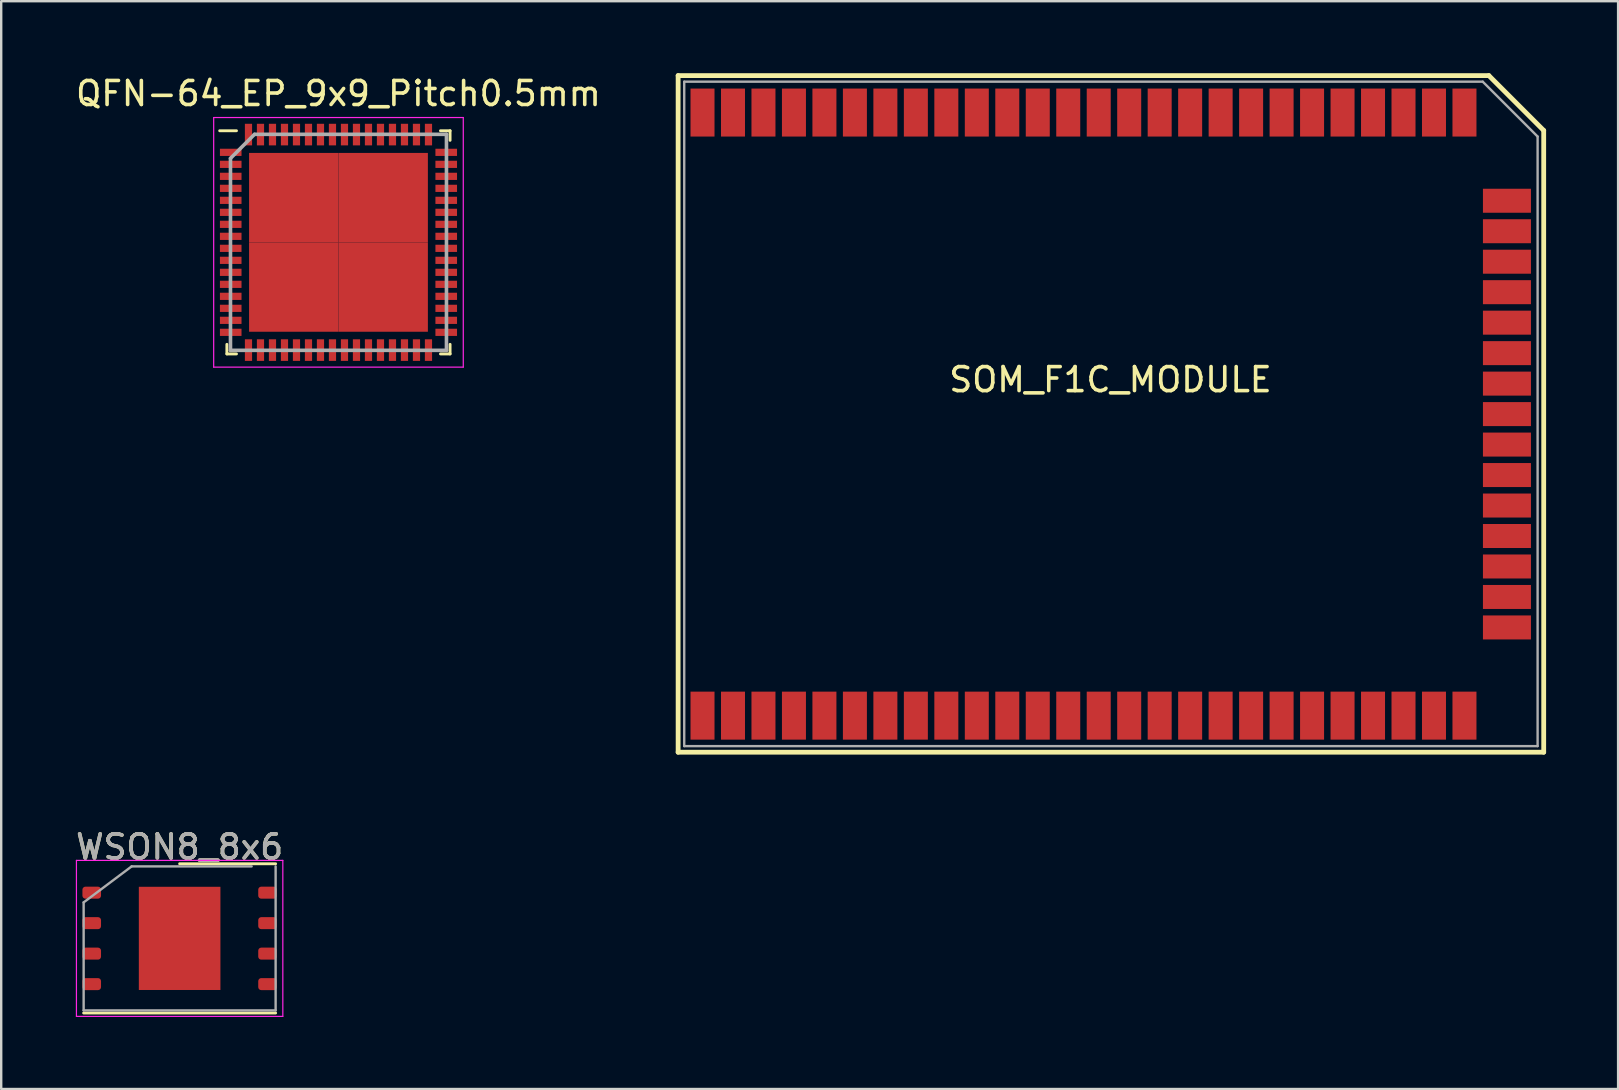
<source format=kicad_pcb>
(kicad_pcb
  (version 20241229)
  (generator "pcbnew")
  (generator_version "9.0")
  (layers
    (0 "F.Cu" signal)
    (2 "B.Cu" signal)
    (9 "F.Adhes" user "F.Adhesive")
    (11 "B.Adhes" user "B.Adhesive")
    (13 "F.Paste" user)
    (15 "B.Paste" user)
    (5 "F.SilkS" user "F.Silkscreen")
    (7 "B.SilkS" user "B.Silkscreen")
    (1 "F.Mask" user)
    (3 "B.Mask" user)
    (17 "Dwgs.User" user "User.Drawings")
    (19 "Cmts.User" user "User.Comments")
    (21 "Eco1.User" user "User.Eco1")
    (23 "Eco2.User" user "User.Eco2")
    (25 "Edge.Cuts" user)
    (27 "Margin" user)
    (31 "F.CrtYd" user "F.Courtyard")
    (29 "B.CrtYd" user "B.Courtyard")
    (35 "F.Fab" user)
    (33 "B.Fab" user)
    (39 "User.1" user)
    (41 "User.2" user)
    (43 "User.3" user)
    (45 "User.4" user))
  (footprint "SOM_F1C_MODULE"
    (layer "F.Cu")
    (at 43.241 13.816)
    (property "Reference" "SOM_F1C_MODULE" (at -0.018 -1.046 0) (layer "F.SilkS") (effects (font (size 1 1) (thickness 0.15))))
    (attr through_hole)
    (fp_line (start -18.034 -13.716) (end -18.034 14.478) (stroke (width 0.2) (type solid)) (layer "F.SilkS"))
    (fp_line (start -18.034 14.478) (end 18.034 14.478) (stroke (width 0.2) (type solid)) (layer "F.SilkS"))
    (fp_line (start 15.748 -13.716) (end -18.034 -13.716) (stroke (width 0.2) (type solid)) (layer "F.SilkS"))
    (fp_line (start 18.034 -11.43) (end 15.748 -13.716) (stroke (width 0.2) (type solid)) (layer "F.SilkS"))
    (fp_line (start 18.034 14.478) (end 18.034 -11.43) (stroke (width 0.2) (type solid)) (layer "F.SilkS"))
    (fp_line (start -17.78 -13.462) (end -17.78 14.224) (stroke (width 0.1) (type solid)) (layer "F.Fab"))
    (fp_line (start -17.78 14.224) (end 17.78 14.224) (stroke (width 0.1) (type solid)) (layer "F.Fab"))
    (fp_line (start 15.494 -13.462) (end -17.78 -13.462) (stroke (width 0.1) (type solid)) (layer "F.Fab"))
    (fp_line (start 17.78 -11.176) (end 15.494 -13.462) (stroke (width 0.1) (type solid)) (layer "F.Fab"))
    (fp_line (start 17.78 -11.176) (end 17.78 14.224) (stroke (width 0.1) (type solid)) (layer "F.Fab"))
    (pad "1" smd rect (at -17.018 12.954) (size 1 2) (layers "F.Cu" "F.Mask" "F.Paste"))
    (pad "2" smd rect (at -15.748 12.954) (size 1 2) (layers "F.Cu" "F.Mask" "F.Paste"))
    (pad "3" smd rect (at -14.478 12.954) (size 1 2) (layers "F.Cu" "F.Mask" "F.Paste"))
    (pad "4" smd rect (at -13.208 12.954) (size 1 2) (layers "F.Cu" "F.Mask" "F.Paste"))
    (pad "5" smd rect (at -11.938 12.954) (size 1 2) (layers "F.Cu" "F.Mask" "F.Paste"))
    (pad "6" smd rect (at -10.668 12.954) (size 1 2) (layers "F.Cu" "F.Mask" "F.Paste"))
    (pad "7" smd rect (at -9.398 12.954) (size 1 2) (layers "F.Cu" "F.Mask" "F.Paste"))
    (pad "8" smd rect (at -8.128 12.954) (size 1 2) (layers "F.Cu" "F.Mask" "F.Paste"))
    (pad "9" smd rect (at -6.858 12.954) (size 1 2) (layers "F.Cu" "F.Mask" "F.Paste"))
    (pad "10" smd rect (at -5.588 12.954) (size 1 2) (layers "F.Cu" "F.Mask" "F.Paste"))
    (pad "11" smd rect (at -4.318 12.954) (size 1 2) (layers "F.Cu" "F.Mask" "F.Paste"))
    (pad "12" smd rect (at -3.048 12.954) (size 1 2) (layers "F.Cu" "F.Mask" "F.Paste"))
    (pad "13" smd rect (at -1.778 12.954) (size 1 2) (layers "F.Cu" "F.Mask" "F.Paste"))
    (pad "14" smd rect (at -0.508 12.954) (size 1 2) (layers "F.Cu" "F.Mask" "F.Paste"))
    (pad "15" smd rect (at 0.762 12.954) (size 1 2) (layers "F.Cu" "F.Mask" "F.Paste"))
    (pad "16" smd rect (at 2.032 12.954) (size 1 2) (layers "F.Cu" "F.Mask" "F.Paste"))
    (pad "17" smd rect (at 3.302 12.954) (size 1 2) (layers "F.Cu" "F.Mask" "F.Paste"))
    (pad "18" smd rect (at 4.572 12.954) (size 1 2) (layers "F.Cu" "F.Mask" "F.Paste"))
    (pad "19" smd rect (at 5.842 12.954) (size 1 2) (layers "F.Cu" "F.Mask" "F.Paste"))
    (pad "20" smd rect (at 7.112 12.954) (size 1 2) (layers "F.Cu" "F.Mask" "F.Paste"))
    (pad "21" smd rect (at 8.382 12.954) (size 1 2) (layers "F.Cu" "F.Mask" "F.Paste"))
    (pad "22" smd rect (at 9.652 12.954) (size 1 2) (layers "F.Cu" "F.Mask" "F.Paste"))
    (pad "23" smd rect (at 10.922 12.954) (size 1 2) (layers "F.Cu" "F.Mask" "F.Paste"))
    (pad "24" smd rect (at 12.192 12.954) (size 1 2) (layers "F.Cu" "F.Mask" "F.Paste"))
    (pad "25" smd rect (at 13.462 12.954) (size 1 2) (layers "F.Cu" "F.Mask" "F.Paste"))
    (pad "26" smd rect (at 14.732 12.954) (size 1 2) (layers "F.Cu" "F.Mask" "F.Paste"))
    (pad "27" smd rect (at 16.502 9.279 90) (size 1 2) (layers "F.Cu" "F.Mask" "F.Paste"))
    (pad "28" smd rect (at 16.502 8.009 90) (size 1 2) (layers "F.Cu" "F.Mask" "F.Paste"))
    (pad "29" smd rect (at 16.502 6.739 90) (size 1 2) (layers "F.Cu" "F.Mask" "F.Paste"))
    (pad "30" smd rect (at 16.502 5.469 90) (size 1 2) (layers "F.Cu" "F.Mask" "F.Paste"))
    (pad "31" smd rect (at 16.502 4.199 90) (size 1 2) (layers "F.Cu" "F.Mask" "F.Paste"))
    (pad "32" smd rect (at 16.502 2.929 90) (size 1 2) (layers "F.Cu" "F.Mask" "F.Paste"))
    (pad "33" smd rect (at 16.502 1.659 90) (size 1 2) (layers "F.Cu" "F.Mask" "F.Paste"))
    (pad "34" smd rect (at 16.502 0.389 90) (size 1 2) (layers "F.Cu" "F.Mask" "F.Paste"))
    (pad "35" smd rect (at 16.502 -0.881 90) (size 1 2) (layers "F.Cu" "F.Mask" "F.Paste"))
    (pad "36" smd rect (at 16.502 -2.151 90) (size 1 2) (layers "F.Cu" "F.Mask" "F.Paste"))
    (pad "37" smd rect (at 16.502 -3.421 90) (size 1 2) (layers "F.Cu" "F.Mask" "F.Paste"))
    (pad "38" smd rect (at 16.502 -4.691 90) (size 1 2) (layers "F.Cu" "F.Mask" "F.Paste"))
    (pad "39" smd rect (at 16.502 -5.961 90) (size 1 2) (layers "F.Cu" "F.Mask" "F.Paste"))
    (pad "40" smd rect (at 16.502 -7.231 90) (size 1 2) (layers "F.Cu" "F.Mask" "F.Paste"))
    (pad "41" smd rect (at 16.502 -8.501 90) (size 1 2) (layers "F.Cu" "F.Mask" "F.Paste"))
    (pad "42" smd rect (at 14.732 -12.176) (size 1 2) (layers "F.Cu" "F.Mask" "F.Paste"))
    (pad "43" smd rect (at 13.462 -12.176) (size 1 2) (layers "F.Cu" "F.Mask" "F.Paste"))
    (pad "44" smd rect (at 12.192 -12.176) (size 1 2) (layers "F.Cu" "F.Mask" "F.Paste"))
    (pad "45" smd rect (at 10.922 -12.176) (size 1 2) (layers "F.Cu" "F.Mask" "F.Paste"))
    (pad "46" smd rect (at 9.652 -12.176) (size 1 2) (layers "F.Cu" "F.Mask" "F.Paste"))
    (pad "47" smd rect (at 8.382 -12.176) (size 1 2) (layers "F.Cu" "F.Mask" "F.Paste"))
    (pad "48" smd rect (at 7.112 -12.176) (size 1 2) (layers "F.Cu" "F.Mask" "F.Paste"))
    (pad "49" smd rect (at 5.842 -12.176) (size 1 2) (layers "F.Cu" "F.Mask" "F.Paste"))
    (pad "50" smd rect (at 4.572 -12.176) (size 1 2) (layers "F.Cu" "F.Mask" "F.Paste"))
    (pad "51" smd rect (at 3.302 -12.176) (size 1 2) (layers "F.Cu" "F.Mask" "F.Paste"))
    (pad "52" smd rect (at 2.032 -12.176) (size 1 2) (layers "F.Cu" "F.Mask" "F.Paste"))
    (pad "53" smd rect (at 0.762 -12.176) (size 1 2) (layers "F.Cu" "F.Mask" "F.Paste"))
    (pad "54" smd rect (at -0.508 -12.176) (size 1 2) (layers "F.Cu" "F.Mask" "F.Paste"))
    (pad "55" smd rect (at -1.778 -12.176) (size 1 2) (layers "F.Cu" "F.Mask" "F.Paste"))
    (pad "56" smd rect (at -3.048 -12.176) (size 1 2) (layers "F.Cu" "F.Mask" "F.Paste"))
    (pad "57" smd rect (at -4.318 -12.176) (size 1 2) (layers "F.Cu" "F.Mask" "F.Paste"))
    (pad "58" smd rect (at -5.588 -12.176) (size 1 2) (layers "F.Cu" "F.Mask" "F.Paste"))
    (pad "59" smd rect (at -6.858 -12.176) (size 1 2) (layers "F.Cu" "F.Mask" "F.Paste"))
    (pad "60" smd rect (at -8.128 -12.176) (size 1 2) (layers "F.Cu" "F.Mask" "F.Paste"))
    (pad "61" smd rect (at -9.398 -12.176) (size 1 2) (layers "F.Cu" "F.Mask" "F.Paste"))
    (pad "62" smd rect (at -10.668 -12.176) (size 1 2) (layers "F.Cu" "F.Mask" "F.Paste"))
    (pad "63" smd rect (at -11.938 -12.176) (size 1 2) (layers "F.Cu" "F.Mask" "F.Paste"))
    (pad "64" smd rect (at -13.208 -12.176) (size 1 2) (layers "F.Cu" "F.Mask" "F.Paste"))
    (pad "65" smd rect (at -14.478 -12.176) (size 1 2) (layers "F.Cu" "F.Mask" "F.Paste"))
    (pad "66" smd rect (at -15.748 -12.176) (size 1 2) (layers "F.Cu" "F.Mask" "F.Paste"))
    (pad "67" smd rect (at -17.018 -12.176) (size 1 2) (layers "F.Cu" "F.Mask" "F.Paste")))
  (footprint "WSON8_8x6"
    (layer "F.Cu")
    (at 4.435 36.052)
    (property "Reference" "WSON8_8x6" (at 0 -3.81 0) (layer "F.SilkS") (effects (font (size 1 1) (thickness 0.15))))
    (attr through_hole)
    (fp_line (start -4 3.11) (end 4 3.11) (stroke (width 0.12) (type solid)) (layer "F.SilkS"))
    (fp_line (start 0 -3.11) (end 4 -3.11) (stroke (width 0.12) (type solid)) (layer "F.SilkS"))
    (fp_line (start -4.3 -3.25) (end -4.3 3.25) (stroke (width 0.05) (type solid)) (layer "F.CrtYd"))
    (fp_line (start -4.3 3.25) (end 4.3 3.25) (stroke (width 0.05) (type solid)) (layer "F.CrtYd"))
    (fp_line (start 4.3 -3.25) (end -4.3 -3.25) (stroke (width 0.05) (type solid)) (layer "F.CrtYd"))
    (fp_line (start 4.3 3.25) (end 4.3 -3.25) (stroke (width 0.05) (type solid)) (layer "F.CrtYd"))
    (fp_line (start -4 -1.5) (end -2 -3) (stroke (width 0.1) (type solid)) (layer "F.Fab"))
    (fp_line (start -4 3) (end -4 -1.5) (stroke (width 0.1) (type solid)) (layer "F.Fab"))
    (fp_line (start -2 -3) (end 3 -3) (stroke (width 0.1) (type solid)) (layer "F.Fab"))
    (fp_line (start 4 -3) (end 4 3) (stroke (width 0.1) (type solid)) (layer "F.Fab"))
    (fp_line (start 4 3) (end -4 3) (stroke (width 0.1) (type solid)) (layer "F.Fab"))
    (fp_text user "${REFERENCE}" (at 0 -3.81 0) (layer "F.Fab") (effects (font (size 1 1) (thickness 0.15))))
    (pad "" smd roundrect (at -0.85 -1) (size 1.37 1.61) (layers "F.Paste") (roundrect_rratio 0.182))
    (pad "" smd roundrect (at -0.85 1) (size 1.37 1.61) (layers "F.Paste") (roundrect_rratio 0.182))
    (pad "" smd roundrect (at 0.85 -1) (size 1.37 1.61) (layers "F.Paste") (roundrect_rratio 0.182))
    (pad "" smd roundrect (at 0.85 1) (size 1.37 1.61) (layers "F.Paste") (roundrect_rratio 0.182))
    (pad "1" smd roundrect (at -3.663 -1.905) (size 0.775 0.5) (layers "F.Cu" "F.Mask" "F.Paste") (roundrect_rratio 0.25))
    (pad "2" smd roundrect (at -3.663 -0.635) (size 0.775 0.5) (layers "F.Cu" "F.Mask" "F.Paste") (roundrect_rratio 0.25))
    (pad "3" smd roundrect (at -3.663 0.635) (size 0.775 0.5) (layers "F.Cu" "F.Mask" "F.Paste") (roundrect_rratio 0.25))
    (pad "4" smd roundrect (at -3.663 1.905) (size 0.775 0.5) (layers "F.Cu" "F.Mask" "F.Paste") (roundrect_rratio 0.25))
    (pad "5" smd roundrect (at 3.663 1.905) (size 0.775 0.5) (layers "F.Cu" "F.Mask" "F.Paste") (roundrect_rratio 0.25))
    (pad "6" smd roundrect (at 3.663 0.635) (size 0.775 0.5) (layers "F.Cu" "F.Mask" "F.Paste") (roundrect_rratio 0.25))
    (pad "7" smd roundrect (at 3.663 -0.635) (size 0.775 0.5) (layers "F.Cu" "F.Mask" "F.Paste") (roundrect_rratio 0.25))
    (pad "8" smd roundrect (at 3.663 -1.905) (size 0.775 0.5) (layers "F.Cu" "F.Mask" "F.Paste") (roundrect_rratio 0.25))
    (pad "9" smd rect (at 0 0) (size 3.4 4.3) (layers "F.Cu" "F.Mask")))
  (footprint "QFN-64_EP_9x9_Pitch0.5mm"
    (layer "F.Cu")
    (at 11.054 7.048)
    (property "Reference" "QFN-64_EP_9x9_Pitch0.5mm" (at 0 -6.2 0) (layer "F.SilkS") (effects (font (size 1 1) (thickness 0.15))))
    (attr smd)
    (fp_line (start -4.65 4.65) (end -4.65 4.25) (stroke (width 0.12) (type solid)) (layer "F.SilkS"))
    (fp_line (start -4.25 -4.65) (end -4.95 -4.65) (stroke (width 0.12) (type solid)) (layer "F.SilkS"))
    (fp_line (start -4.25 4.65) (end -4.65 4.65) (stroke (width 0.12) (type solid)) (layer "F.SilkS"))
    (fp_line (start 4.25 -4.65) (end 4.65 -4.65) (stroke (width 0.12) (type solid)) (layer "F.SilkS"))
    (fp_line (start 4.25 4.65) (end 4.65 4.65) (stroke (width 0.12) (type solid)) (layer "F.SilkS"))
    (fp_line (start 4.65 -4.65) (end 4.65 -4.25) (stroke (width 0.12) (type solid)) (layer "F.SilkS"))
    (fp_line (start 4.65 4.65) (end 4.65 4.25) (stroke (width 0.12) (type solid)) (layer "F.SilkS"))
    (fp_line (start -5.2 -5.2) (end 5.2 -5.2) (stroke (width 0.05) (type solid)) (layer "F.CrtYd"))
    (fp_line (start -5.2 5.2) (end -5.2 -5.2) (stroke (width 0.05) (type solid)) (layer "F.CrtYd"))
    (fp_line (start 5.2 -5.2) (end 5.2 5.2) (stroke (width 0.05) (type solid)) (layer "F.CrtYd"))
    (fp_line (start 5.2 5.2) (end -5.2 5.2) (stroke (width 0.05) (type solid)) (layer "F.CrtYd"))
    (fp_line (start -4.5 -3.5) (end -4.5 4.5) (stroke (width 0.15) (type solid)) (layer "F.Fab"))
    (fp_line (start -4.5 4.5) (end 4.5 4.5) (stroke (width 0.15) (type solid)) (layer "F.Fab"))
    (fp_line (start -3.5 -4.5) (end -4.5 -3.5) (stroke (width 0.15) (type solid)) (layer "F.Fab"))
    (fp_line (start 4.5 -4.5) (end -3.5 -4.5) (stroke (width 0.15) (type solid)) (layer "F.Fab"))
    (fp_line (start 4.5 4.5) (end 4.5 -4.5) (stroke (width 0.15) (type solid)) (layer "F.Fab"))
    (pad "1" smd rect (at -4.49 -3.75 90) (size 0.3 0.9) (layers "F.Cu" "F.Mask" "F.Paste"))
    (pad "2" smd rect (at -4.49 -3.25 90) (size 0.3 0.9) (layers "F.Cu" "F.Mask" "F.Paste"))
    (pad "3" smd rect (at -4.49 -2.75 90) (size 0.3 0.9) (layers "F.Cu" "F.Mask" "F.Paste"))
    (pad "4" smd rect (at -4.49 -2.25 90) (size 0.3 0.9) (layers "F.Cu" "F.Mask" "F.Paste"))
    (pad "5" smd rect (at -4.49 -1.75 90) (size 0.3 0.9) (layers "F.Cu" "F.Mask" "F.Paste"))
    (pad "6" smd rect (at -4.49 -1.25 90) (size 0.3 0.9) (layers "F.Cu" "F.Mask" "F.Paste"))
    (pad "7" smd rect (at -4.49 -0.75 90) (size 0.3 0.9) (layers "F.Cu" "F.Mask" "F.Paste"))
    (pad "8" smd rect (at -4.49 -0.25 90) (size 0.3 0.9) (layers "F.Cu" "F.Mask" "F.Paste"))
    (pad "9" smd rect (at -4.49 0.25 90) (size 0.3 0.9) (layers "F.Cu" "F.Mask" "F.Paste"))
    (pad "10" smd rect (at -4.49 0.75 90) (size 0.3 0.9) (layers "F.Cu" "F.Mask" "F.Paste"))
    (pad "11" smd rect (at -4.49 1.25 90) (size 0.3 0.9) (layers "F.Cu" "F.Mask" "F.Paste"))
    (pad "12" smd rect (at -4.49 1.75 90) (size 0.3 0.9) (layers "F.Cu" "F.Mask" "F.Paste"))
    (pad "13" smd rect (at -4.49 2.25 90) (size 0.3 0.9) (layers "F.Cu" "F.Mask" "F.Paste"))
    (pad "14" smd rect (at -4.49 2.75 90) (size 0.3 0.9) (layers "F.Cu" "F.Mask" "F.Paste"))
    (pad "15" smd rect (at -4.49 3.25 90) (size 0.3 0.9) (layers "F.Cu" "F.Mask" "F.Paste"))
    (pad "16" smd rect (at -4.49 3.75 90) (size 0.3 0.9) (layers "F.Cu" "F.Mask" "F.Paste"))
    (pad "17" smd rect (at -3.75 4.49) (size 0.3 0.9) (layers "F.Cu" "F.Mask" "F.Paste"))
    (pad "18" smd rect (at -3.25 4.49) (size 0.3 0.9) (layers "F.Cu" "F.Mask" "F.Paste"))
    (pad "19" smd rect (at -2.75 4.49) (size 0.3 0.9) (layers "F.Cu" "F.Mask" "F.Paste"))
    (pad "20" smd rect (at -2.25 4.49) (size 0.3 0.9) (layers "F.Cu" "F.Mask" "F.Paste"))
    (pad "21" smd rect (at -1.75 4.49) (size 0.3 0.9) (layers "F.Cu" "F.Mask" "F.Paste"))
    (pad "22" smd rect (at -1.25 4.49) (size 0.3 0.9) (layers "F.Cu" "F.Mask" "F.Paste"))
    (pad "23" smd rect (at -0.75 4.49) (size 0.3 0.9) (layers "F.Cu" "F.Mask" "F.Paste"))
    (pad "24" smd rect (at -0.25 4.49) (size 0.3 0.9) (layers "F.Cu" "F.Mask" "F.Paste"))
    (pad "25" smd rect (at 0.25 4.49) (size 0.3 0.9) (layers "F.Cu" "F.Mask" "F.Paste"))
    (pad "26" smd rect (at 0.75 4.49) (size 0.3 0.9) (layers "F.Cu" "F.Mask" "F.Paste"))
    (pad "27" smd rect (at 1.25 4.49) (size 0.3 0.9) (layers "F.Cu" "F.Mask" "F.Paste"))
    (pad "28" smd rect (at 1.75 4.49) (size 0.3 0.9) (layers "F.Cu" "F.Mask" "F.Paste"))
    (pad "29" smd rect (at 2.25 4.49) (size 0.3 0.9) (layers "F.Cu" "F.Mask" "F.Paste"))
    (pad "30" smd rect (at 2.75 4.49) (size 0.3 0.9) (layers "F.Cu" "F.Mask" "F.Paste"))
    (pad "31" smd rect (at 3.25 4.49) (size 0.3 0.9) (layers "F.Cu" "F.Mask" "F.Paste"))
    (pad "32" smd rect (at 3.75 4.49) (size 0.3 0.9) (layers "F.Cu" "F.Mask" "F.Paste"))
    (pad "33" smd rect (at 4.49 3.75 90) (size 0.3 0.9) (layers "F.Cu" "F.Mask" "F.Paste"))
    (pad "34" smd rect (at 4.49 3.25 90) (size 0.3 0.9) (layers "F.Cu" "F.Mask" "F.Paste"))
    (pad "35" smd rect (at 4.49 2.75 90) (size 0.3 0.9) (layers "F.Cu" "F.Mask" "F.Paste"))
    (pad "36" smd rect (at 4.49 2.25 90) (size 0.3 0.9) (layers "F.Cu" "F.Mask" "F.Paste"))
    (pad "37" smd rect (at 4.49 1.75 90) (size 0.3 0.9) (layers "F.Cu" "F.Mask" "F.Paste"))
    (pad "38" smd rect (at 4.49 1.25 90) (size 0.3 0.9) (layers "F.Cu" "F.Mask" "F.Paste"))
    (pad "39" smd rect (at 4.49 0.75 90) (size 0.3 0.9) (layers "F.Cu" "F.Mask" "F.Paste"))
    (pad "40" smd rect (at 4.49 0.25 90) (size 0.3 0.9) (layers "F.Cu" "F.Mask" "F.Paste"))
    (pad "41" smd rect (at 4.49 -0.25 90) (size 0.3 0.9) (layers "F.Cu" "F.Mask" "F.Paste"))
    (pad "42" smd rect (at 4.49 -0.75 90) (size 0.3 0.9) (layers "F.Cu" "F.Mask" "F.Paste"))
    (pad "43" smd rect (at 4.49 -1.25 90) (size 0.3 0.9) (layers "F.Cu" "F.Mask" "F.Paste"))
    (pad "44" smd rect (at 4.49 -1.75 90) (size 0.3 0.9) (layers "F.Cu" "F.Mask" "F.Paste"))
    (pad "45" smd rect (at 4.49 -2.25 90) (size 0.3 0.9) (layers "F.Cu" "F.Mask" "F.Paste"))
    (pad "46" smd rect (at 4.49 -2.75 90) (size 0.3 0.9) (layers "F.Cu" "F.Mask" "F.Paste"))
    (pad "47" smd rect (at 4.49 -3.25 90) (size 0.3 0.9) (layers "F.Cu" "F.Mask" "F.Paste"))
    (pad "48" smd rect (at 4.49 -3.75 90) (size 0.3 0.9) (layers "F.Cu" "F.Mask" "F.Paste"))
    (pad "49" smd rect (at 3.75 -4.49) (size 0.3 0.9) (layers "F.Cu" "F.Mask" "F.Paste"))
    (pad "50" smd rect (at 3.25 -4.49) (size 0.3 0.9) (layers "F.Cu" "F.Mask" "F.Paste"))
    (pad "51" smd rect (at 2.75 -4.49) (size 0.3 0.9) (layers "F.Cu" "F.Mask" "F.Paste"))
    (pad "52" smd rect (at 2.25 -4.49) (size 0.3 0.9) (layers "F.Cu" "F.Mask" "F.Paste"))
    (pad "53" smd rect (at 1.75 -4.49) (size 0.3 0.9) (layers "F.Cu" "F.Mask" "F.Paste"))
    (pad "54" smd rect (at 1.25 -4.49) (size 0.3 0.9) (layers "F.Cu" "F.Mask" "F.Paste"))
    (pad "55" smd rect (at 0.75 -4.49) (size 0.3 0.9) (layers "F.Cu" "F.Mask" "F.Paste"))
    (pad "56" smd rect (at 0.25 -4.49) (size 0.3 0.9) (layers "F.Cu" "F.Mask" "F.Paste"))
    (pad "57" smd rect (at -0.25 -4.49) (size 0.3 0.9) (layers "F.Cu" "F.Mask" "F.Paste"))
    (pad "58" smd rect (at -0.75 -4.49) (size 0.3 0.9) (layers "F.Cu" "F.Mask" "F.Paste"))
    (pad "59" smd rect (at -1.25 -4.49) (size 0.3 0.9) (layers "F.Cu" "F.Mask" "F.Paste"))
    (pad "60" smd rect (at -1.75 -4.49) (size 0.3 0.9) (layers "F.Cu" "F.Mask" "F.Paste"))
    (pad "61" smd rect (at -2.25 -4.49) (size 0.3 0.9) (layers "F.Cu" "F.Mask" "F.Paste"))
    (pad "62" smd rect (at -2.75 -4.49) (size 0.3 0.9) (layers "F.Cu" "F.Mask" "F.Paste"))
    (pad "63" smd rect (at -3.25 -4.49) (size 0.3 0.9) (layers "F.Cu" "F.Mask" "F.Paste"))
    (pad "64" smd rect (at -3.75 -4.49) (size 0.3 0.9) (layers "F.Cu" "F.Mask" "F.Paste"))
    (pad "65" smd rect (at -1.863 -1.863) (size 3.725 3.725) (layers "F.Cu" "F.Mask" "F.Paste"))
    (pad "65" smd rect (at -1.863 1.863) (size 3.725 3.725) (layers "F.Cu" "F.Mask" "F.Paste"))
    (pad "65" smd rect (at 1.863 -1.863) (size 3.725 3.725) (layers "F.Cu" "F.Mask" "F.Paste"))
    (pad "65" smd rect (at 1.863 1.863) (size 3.725 3.725) (layers "F.Cu" "F.Mask" "F.Paste")))
  (gr_rect
    (start -3 -3)
    (end 64.375 42.327)
    (stroke (width 0.1) (type default))
    (fill no)
    (layer "Edge.Cuts")))
</source>
